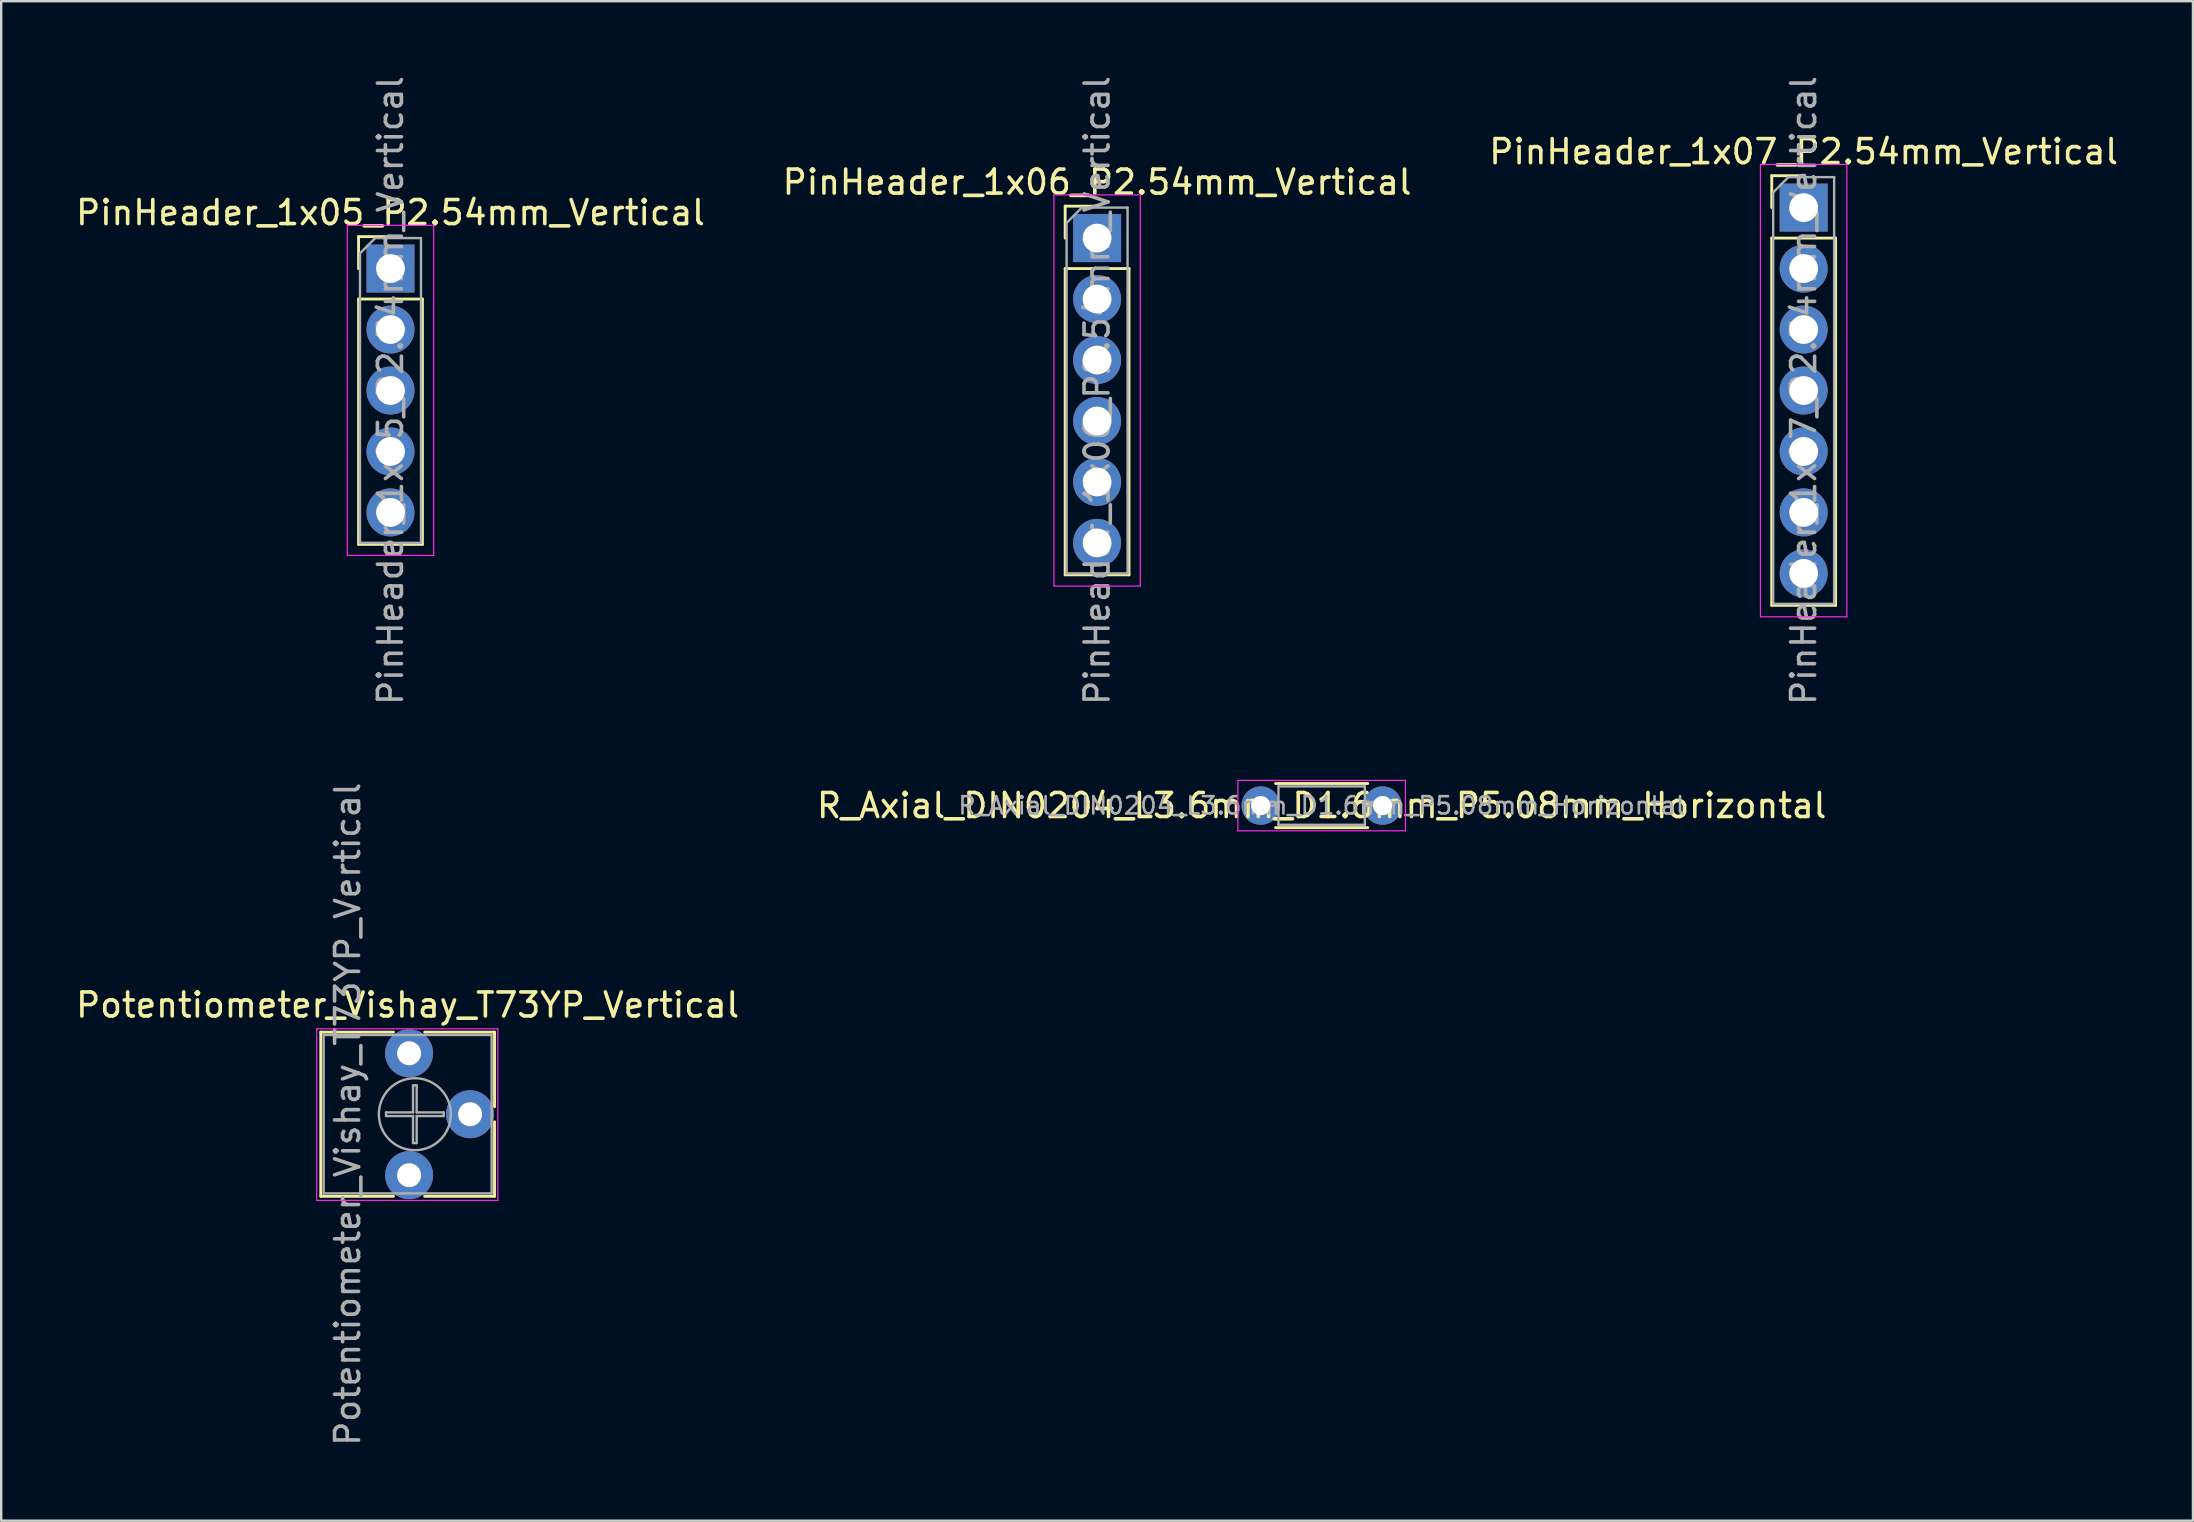
<source format=kicad_pcb>
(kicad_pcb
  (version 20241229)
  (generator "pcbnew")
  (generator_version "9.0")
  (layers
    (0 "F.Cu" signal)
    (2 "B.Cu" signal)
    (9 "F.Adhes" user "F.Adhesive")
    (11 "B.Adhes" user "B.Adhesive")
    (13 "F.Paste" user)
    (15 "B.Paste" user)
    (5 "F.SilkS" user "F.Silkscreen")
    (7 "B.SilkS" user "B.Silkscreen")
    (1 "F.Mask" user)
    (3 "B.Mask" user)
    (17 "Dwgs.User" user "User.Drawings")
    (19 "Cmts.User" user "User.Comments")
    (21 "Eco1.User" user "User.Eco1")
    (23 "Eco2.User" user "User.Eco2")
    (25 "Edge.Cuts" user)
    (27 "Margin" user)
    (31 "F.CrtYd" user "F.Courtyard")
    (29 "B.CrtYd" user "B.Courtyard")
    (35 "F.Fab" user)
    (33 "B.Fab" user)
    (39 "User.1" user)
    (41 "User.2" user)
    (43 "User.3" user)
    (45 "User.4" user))
  (footprint "PinHeader_1x07_P2.54mm_Vertical"
    (layer "F.Cu")
    (at 72.101 5.6)
    (property "Reference" "PinHeader_1x07_P2.54mm_Vertical" (at 0 -2.33 0) (layer "F.SilkS") (effects (font (size 1 1) (thickness 0.15))))
    (attr through_hole)
    (fp_line (start -1.33 -1.33) (end 0 -1.33) (stroke (width 0.12) (type solid)) (layer "F.SilkS"))
    (fp_line (start -1.33 0) (end -1.33 -1.33) (stroke (width 0.12) (type solid)) (layer "F.SilkS"))
    (fp_line (start -1.33 1.27) (end -1.33 16.57) (stroke (width 0.12) (type solid)) (layer "F.SilkS"))
    (fp_line (start -1.33 1.27) (end 1.33 1.27) (stroke (width 0.12) (type solid)) (layer "F.SilkS"))
    (fp_line (start -1.33 16.57) (end 1.33 16.57) (stroke (width 0.12) (type solid)) (layer "F.SilkS"))
    (fp_line (start 1.33 1.27) (end 1.33 16.57) (stroke (width 0.12) (type solid)) (layer "F.SilkS"))
    (fp_line (start -1.8 -1.8) (end -1.8 17.05) (stroke (width 0.05) (type solid)) (layer "F.CrtYd"))
    (fp_line (start -1.8 17.05) (end 1.8 17.05) (stroke (width 0.05) (type solid)) (layer "F.CrtYd"))
    (fp_line (start 1.8 -1.8) (end -1.8 -1.8) (stroke (width 0.05) (type solid)) (layer "F.CrtYd"))
    (fp_line (start 1.8 17.05) (end 1.8 -1.8) (stroke (width 0.05) (type solid)) (layer "F.CrtYd"))
    (fp_line (start -1.27 -0.635) (end -0.635 -1.27) (stroke (width 0.1) (type solid)) (layer "F.Fab"))
    (fp_line (start -1.27 16.51) (end -1.27 -0.635) (stroke (width 0.1) (type solid)) (layer "F.Fab"))
    (fp_line (start -0.635 -1.27) (end 1.27 -1.27) (stroke (width 0.1) (type solid)) (layer "F.Fab"))
    (fp_line (start 1.27 -1.27) (end 1.27 16.51) (stroke (width 0.1) (type solid)) (layer "F.Fab"))
    (fp_line (start 1.27 16.51) (end -1.27 16.51) (stroke (width 0.1) (type solid)) (layer "F.Fab"))
    (fp_text user "${REFERENCE}" (at 0 7.62 90) (layer "F.Fab") (effects (font (size 1 1) (thickness 0.15))))
    (pad "1" thru_hole rect (at 0 0) (size 2 2) (drill 1.2) (layers "*.Cu" "*.Mask"))
    (pad "2" thru_hole oval (at 0 2.54) (size 2 2) (drill 1.2) (layers "*.Cu" "*.Mask"))
    (pad "3" thru_hole oval (at 0 5.08) (size 2 2) (drill 1.2) (layers "*.Cu" "*.Mask"))
    (pad "4" thru_hole oval (at 0 7.62) (size 2 2) (drill 1.2) (layers "*.Cu" "*.Mask"))
    (pad "5" thru_hole oval (at 0 10.16) (size 2 2) (drill 1.2) (layers "*.Cu" "*.Mask"))
    (pad "6" thru_hole oval (at 0 12.7) (size 2 2) (drill 1.2) (layers "*.Cu" "*.Mask"))
    (pad "7" thru_hole oval (at 0 15.24) (size 2 2) (drill 1.2) (layers "*.Cu" "*.Mask")))
  (footprint "PinHeader_1x05_P2.54mm_Vertical"
    (layer "F.Cu")
    (at 13.22 8.14)
    (property "Reference" "PinHeader_1x05_P2.54mm_Vertical" (at 0 -2.33 0) (layer "F.SilkS") (effects (font (size 1 1) (thickness 0.15))))
    (attr through_hole)
    (fp_line (start -1.33 -1.33) (end 0 -1.33) (stroke (width 0.12) (type solid)) (layer "F.SilkS"))
    (fp_line (start -1.33 0) (end -1.33 -1.33) (stroke (width 0.12) (type solid)) (layer "F.SilkS"))
    (fp_line (start -1.33 1.27) (end -1.33 11.49) (stroke (width 0.12) (type solid)) (layer "F.SilkS"))
    (fp_line (start -1.33 1.27) (end 1.33 1.27) (stroke (width 0.12) (type solid)) (layer "F.SilkS"))
    (fp_line (start -1.33 11.49) (end 1.33 11.49) (stroke (width 0.12) (type solid)) (layer "F.SilkS"))
    (fp_line (start 1.33 1.27) (end 1.33 11.49) (stroke (width 0.12) (type solid)) (layer "F.SilkS"))
    (fp_line (start -1.8 -1.8) (end -1.8 11.95) (stroke (width 0.05) (type solid)) (layer "F.CrtYd"))
    (fp_line (start -1.8 11.95) (end 1.8 11.95) (stroke (width 0.05) (type solid)) (layer "F.CrtYd"))
    (fp_line (start 1.8 -1.8) (end -1.8 -1.8) (stroke (width 0.05) (type solid)) (layer "F.CrtYd"))
    (fp_line (start 1.8 11.95) (end 1.8 -1.8) (stroke (width 0.05) (type solid)) (layer "F.CrtYd"))
    (fp_line (start -1.27 -0.635) (end -0.635 -1.27) (stroke (width 0.1) (type solid)) (layer "F.Fab"))
    (fp_line (start -1.27 11.43) (end -1.27 -0.635) (stroke (width 0.1) (type solid)) (layer "F.Fab"))
    (fp_line (start -0.635 -1.27) (end 1.27 -1.27) (stroke (width 0.1) (type solid)) (layer "F.Fab"))
    (fp_line (start 1.27 -1.27) (end 1.27 11.43) (stroke (width 0.1) (type solid)) (layer "F.Fab"))
    (fp_line (start 1.27 11.43) (end -1.27 11.43) (stroke (width 0.1) (type solid)) (layer "F.Fab"))
    (fp_text user "${REFERENCE}" (at 0 5.08 90) (layer "F.Fab") (effects (font (size 1 1) (thickness 0.15))))
    (pad "1" thru_hole rect (at 0 0) (size 2 2) (drill 1.2) (layers "*.Cu" "*.Mask"))
    (pad "2" thru_hole oval (at 0 2.54) (size 2 2) (drill 1.2) (layers "*.Cu" "*.Mask"))
    (pad "3" thru_hole oval (at 0 5.08) (size 2 2) (drill 1.2) (layers "*.Cu" "*.Mask"))
    (pad "4" thru_hole oval (at 0 7.62) (size 2 2) (drill 1.2) (layers "*.Cu" "*.Mask"))
    (pad "5" thru_hole oval (at 0 10.16) (size 2 2) (drill 1.2) (layers "*.Cu" "*.Mask")))
  (footprint "Potentiometer_Vishay_T73YP_Vertical"
    (layer "F.Cu")
    (at 13.995 45.915)
    (property "Reference" "Potentiometer_Vishay_T73YP_Vertical" (at -0.06 -7.09 0) (layer "F.SilkS") (effects (font (size 1 1) (thickness 0.15))))
    (attr through_hole)
    (fp_line (start -3.68 -5.96) (end -3.68 0.88) (stroke (width 0.12) (type solid)) (layer "F.SilkS"))
    (fp_line (start -3.68 -5.96) (end -0.65 -5.96) (stroke (width 0.12) (type solid)) (layer "F.SilkS"))
    (fp_line (start -3.68 0.88) (end -0.65 0.88) (stroke (width 0.12) (type solid)) (layer "F.SilkS"))
    (fp_line (start 0.65 -5.96) (end 3.56 -5.96) (stroke (width 0.12) (type solid)) (layer "F.SilkS"))
    (fp_line (start 0.65 0.88) (end 3.56 0.88) (stroke (width 0.12) (type solid)) (layer "F.SilkS"))
    (fp_line (start 3.56 -5.96) (end 3.56 -2.85) (stroke (width 0.12) (type solid)) (layer "F.SilkS"))
    (fp_line (start 3.56 -2.225) (end 3.56 0.88) (stroke (width 0.12) (type solid)) (layer "F.SilkS"))
    (fp_line (start -3.85 -6.1) (end -3.85 1.05) (stroke (width 0.05) (type solid)) (layer "F.CrtYd"))
    (fp_line (start -3.85 1.05) (end 3.7 1.05) (stroke (width 0.05) (type solid)) (layer "F.CrtYd"))
    (fp_line (start 3.7 -6.1) (end -3.85 -6.1) (stroke (width 0.05) (type solid)) (layer "F.CrtYd"))
    (fp_line (start 3.7 1.05) (end 3.7 -6.1) (stroke (width 0.05) (type solid)) (layer "F.CrtYd"))
    (fp_line (start -3.56 -5.84) (end -3.56 0.76) (stroke (width 0.1) (type solid)) (layer "F.Fab"))
    (fp_line (start -3.56 0.76) (end 3.44 0.76) (stroke (width 0.1) (type solid)) (layer "F.Fab"))
    (fp_line (start -0.961 -2.616) (end 0.164 -2.616) (stroke (width 0.1) (type solid)) (layer "F.Fab"))
    (fp_line (start -0.961 -2.464) (end -0.961 -2.616) (stroke (width 0.1) (type solid)) (layer "F.Fab"))
    (fp_line (start 0.164 -3.741) (end 0.316 -3.741) (stroke (width 0.1) (type solid)) (layer "F.Fab"))
    (fp_line (start 0.164 -2.616) (end 0.164 -3.741) (stroke (width 0.1) (type solid)) (layer "F.Fab"))
    (fp_line (start 0.164 -2.464) (end -0.961 -2.464) (stroke (width 0.1) (type solid)) (layer "F.Fab"))
    (fp_line (start 0.164 -1.339) (end 0.164 -2.464) (stroke (width 0.1) (type solid)) (layer "F.Fab"))
    (fp_line (start 0.316 -3.741) (end 0.316 -2.616) (stroke (width 0.1) (type solid)) (layer "F.Fab"))
    (fp_line (start 0.316 -2.616) (end 1.441 -2.616) (stroke (width 0.1) (type solid)) (layer "F.Fab"))
    (fp_line (start 0.316 -2.464) (end 0.316 -1.339) (stroke (width 0.1) (type solid)) (layer "F.Fab"))
    (fp_line (start 0.316 -1.339) (end 0.164 -1.339) (stroke (width 0.1) (type solid)) (layer "F.Fab"))
    (fp_line (start 1.441 -2.616) (end 1.441 -2.464) (stroke (width 0.1) (type solid)) (layer "F.Fab"))
    (fp_line (start 1.441 -2.464) (end 0.316 -2.464) (stroke (width 0.1) (type solid)) (layer "F.Fab"))
    (fp_line (start 3.44 -5.84) (end -3.56 -5.84) (stroke (width 0.1) (type solid)) (layer "F.Fab"))
    (fp_line (start 3.44 0.76) (end 3.44 -5.84) (stroke (width 0.1) (type solid)) (layer "F.Fab"))
    (fp_circle (center 0.24 -2.54) (end 1.74 -2.54) (stroke (width 0.1) (type solid)) (fill no) (layer "F.Fab"))
    (fp_text user "${REFERENCE}" (at -2.56 -2.54 90) (layer "F.Fab") (effects (font (size 1 1) (thickness 0.15))))
    (pad "1" thru_hole circle (at 0 0) (size 2 2) (drill 1) (layers "*.Cu" "*.Mask"))
    (pad "2" thru_hole circle (at 2.54 -2.54) (size 2 2) (drill 1) (layers "*.Cu" "*.Mask"))
    (pad "3" thru_hole circle (at 0 -5.08) (size 2 2) (drill 1) (layers "*.Cu" "*.Mask")))
  (footprint "R_Axial_DIN0204_L3.6mm_D1.6mm_P5.08mm_Horizontal"
    (layer "F.Cu")
    (at 49.478 30.515)
    (property "Reference" "R_Axial_DIN0204_L3.6mm_D1.6mm_P5.08mm_Horizontal" (at 2.54 0 0) (layer "F.SilkS") (effects (font (size 1 1) (thickness 0.15))))
    (attr through_hole)
    (fp_line (start 0.62 -0.92) (end 4.46 -0.92) (stroke (width 0.12) (type solid)) (layer "F.SilkS"))
    (fp_line (start 0.62 0.92) (end 4.46 0.92) (stroke (width 0.12) (type solid)) (layer "F.SilkS"))
    (fp_line (start -0.95 -1.05) (end -0.95 1.05) (stroke (width 0.05) (type solid)) (layer "F.CrtYd"))
    (fp_line (start -0.95 1.05) (end 6.03 1.05) (stroke (width 0.05) (type solid)) (layer "F.CrtYd"))
    (fp_line (start 6.03 -1.05) (end -0.95 -1.05) (stroke (width 0.05) (type solid)) (layer "F.CrtYd"))
    (fp_line (start 6.03 1.05) (end 6.03 -1.05) (stroke (width 0.05) (type solid)) (layer "F.CrtYd"))
    (fp_line (start 0 0) (end 0.74 0) (stroke (width 0.1) (type solid)) (layer "F.Fab"))
    (fp_line (start 0.74 -0.8) (end 0.74 0.8) (stroke (width 0.1) (type solid)) (layer "F.Fab"))
    (fp_line (start 0.74 0.8) (end 4.34 0.8) (stroke (width 0.1) (type solid)) (layer "F.Fab"))
    (fp_line (start 4.34 -0.8) (end 0.74 -0.8) (stroke (width 0.1) (type solid)) (layer "F.Fab"))
    (fp_line (start 4.34 0.8) (end 4.34 -0.8) (stroke (width 0.1) (type solid)) (layer "F.Fab"))
    (fp_line (start 5.08 0) (end 4.34 0) (stroke (width 0.1) (type solid)) (layer "F.Fab"))
    (fp_text user "${REFERENCE}" (at 2.54 0 0) (layer "F.Fab") (effects (font (size 0.72 0.72) (thickness 0.108))))
    (pad "1" thru_hole circle (at 0 0) (size 1.6 1.6) (drill 0.8) (layers "*.Cu" "*.Mask"))
    (pad "2" thru_hole oval (at 5.08 0) (size 1.6 1.6) (drill 0.8) (layers "*.Cu" "*.Mask")))
  (footprint "PinHeader_1x06_P2.54mm_Vertical"
    (layer "F.Cu")
    (at 42.661 6.87)
    (property "Reference" "PinHeader_1x06_P2.54mm_Vertical" (at 0 -2.33 0) (layer "F.SilkS") (effects (font (size 1 1) (thickness 0.15))))
    (attr through_hole)
    (fp_line (start -1.33 -1.33) (end 0 -1.33) (stroke (width 0.12) (type solid)) (layer "F.SilkS"))
    (fp_line (start -1.33 0) (end -1.33 -1.33) (stroke (width 0.12) (type solid)) (layer "F.SilkS"))
    (fp_line (start -1.33 1.27) (end -1.33 14.03) (stroke (width 0.12) (type solid)) (layer "F.SilkS"))
    (fp_line (start -1.33 1.27) (end 1.33 1.27) (stroke (width 0.12) (type solid)) (layer "F.SilkS"))
    (fp_line (start -1.33 14.03) (end 1.33 14.03) (stroke (width 0.12) (type solid)) (layer "F.SilkS"))
    (fp_line (start 1.33 1.27) (end 1.33 14.03) (stroke (width 0.12) (type solid)) (layer "F.SilkS"))
    (fp_line (start -1.8 -1.8) (end -1.8 14.5) (stroke (width 0.05) (type solid)) (layer "F.CrtYd"))
    (fp_line (start -1.8 14.5) (end 1.8 14.5) (stroke (width 0.05) (type solid)) (layer "F.CrtYd"))
    (fp_line (start 1.8 -1.8) (end -1.8 -1.8) (stroke (width 0.05) (type solid)) (layer "F.CrtYd"))
    (fp_line (start 1.8 14.5) (end 1.8 -1.8) (stroke (width 0.05) (type solid)) (layer "F.CrtYd"))
    (fp_line (start -1.27 -0.635) (end -0.635 -1.27) (stroke (width 0.1) (type solid)) (layer "F.Fab"))
    (fp_line (start -1.27 13.97) (end -1.27 -0.635) (stroke (width 0.1) (type solid)) (layer "F.Fab"))
    (fp_line (start -0.635 -1.27) (end 1.27 -1.27) (stroke (width 0.1) (type solid)) (layer "F.Fab"))
    (fp_line (start 1.27 -1.27) (end 1.27 13.97) (stroke (width 0.1) (type solid)) (layer "F.Fab"))
    (fp_line (start 1.27 13.97) (end -1.27 13.97) (stroke (width 0.1) (type solid)) (layer "F.Fab"))
    (fp_text user "${REFERENCE}" (at 0 6.35 90) (layer "F.Fab") (effects (font (size 1 1) (thickness 0.15))))
    (pad "1" thru_hole rect (at 0 0) (size 2 2) (drill 1.2) (layers "*.Cu" "*.Mask"))
    (pad "2" thru_hole oval (at 0 2.54) (size 2 2) (drill 1.2) (layers "*.Cu" "*.Mask"))
    (pad "3" thru_hole oval (at 0 5.08) (size 2 2) (drill 1.2) (layers "*.Cu" "*.Mask"))
    (pad "4" thru_hole oval (at 0 7.62) (size 2 2) (drill 1.2) (layers "*.Cu" "*.Mask"))
    (pad "5" thru_hole oval (at 0 10.16) (size 2 2) (drill 1.2) (layers "*.Cu" "*.Mask"))
    (pad "6" thru_hole oval (at 0 12.7) (size 2 2) (drill 1.2) (layers "*.Cu" "*.Mask")))
  (gr_rect
    (start -3 -3)
    (end 88.321 60.31)
    (stroke (width 0.1) (type default))
    (fill no)
    (layer "Edge.Cuts")))
</source>
